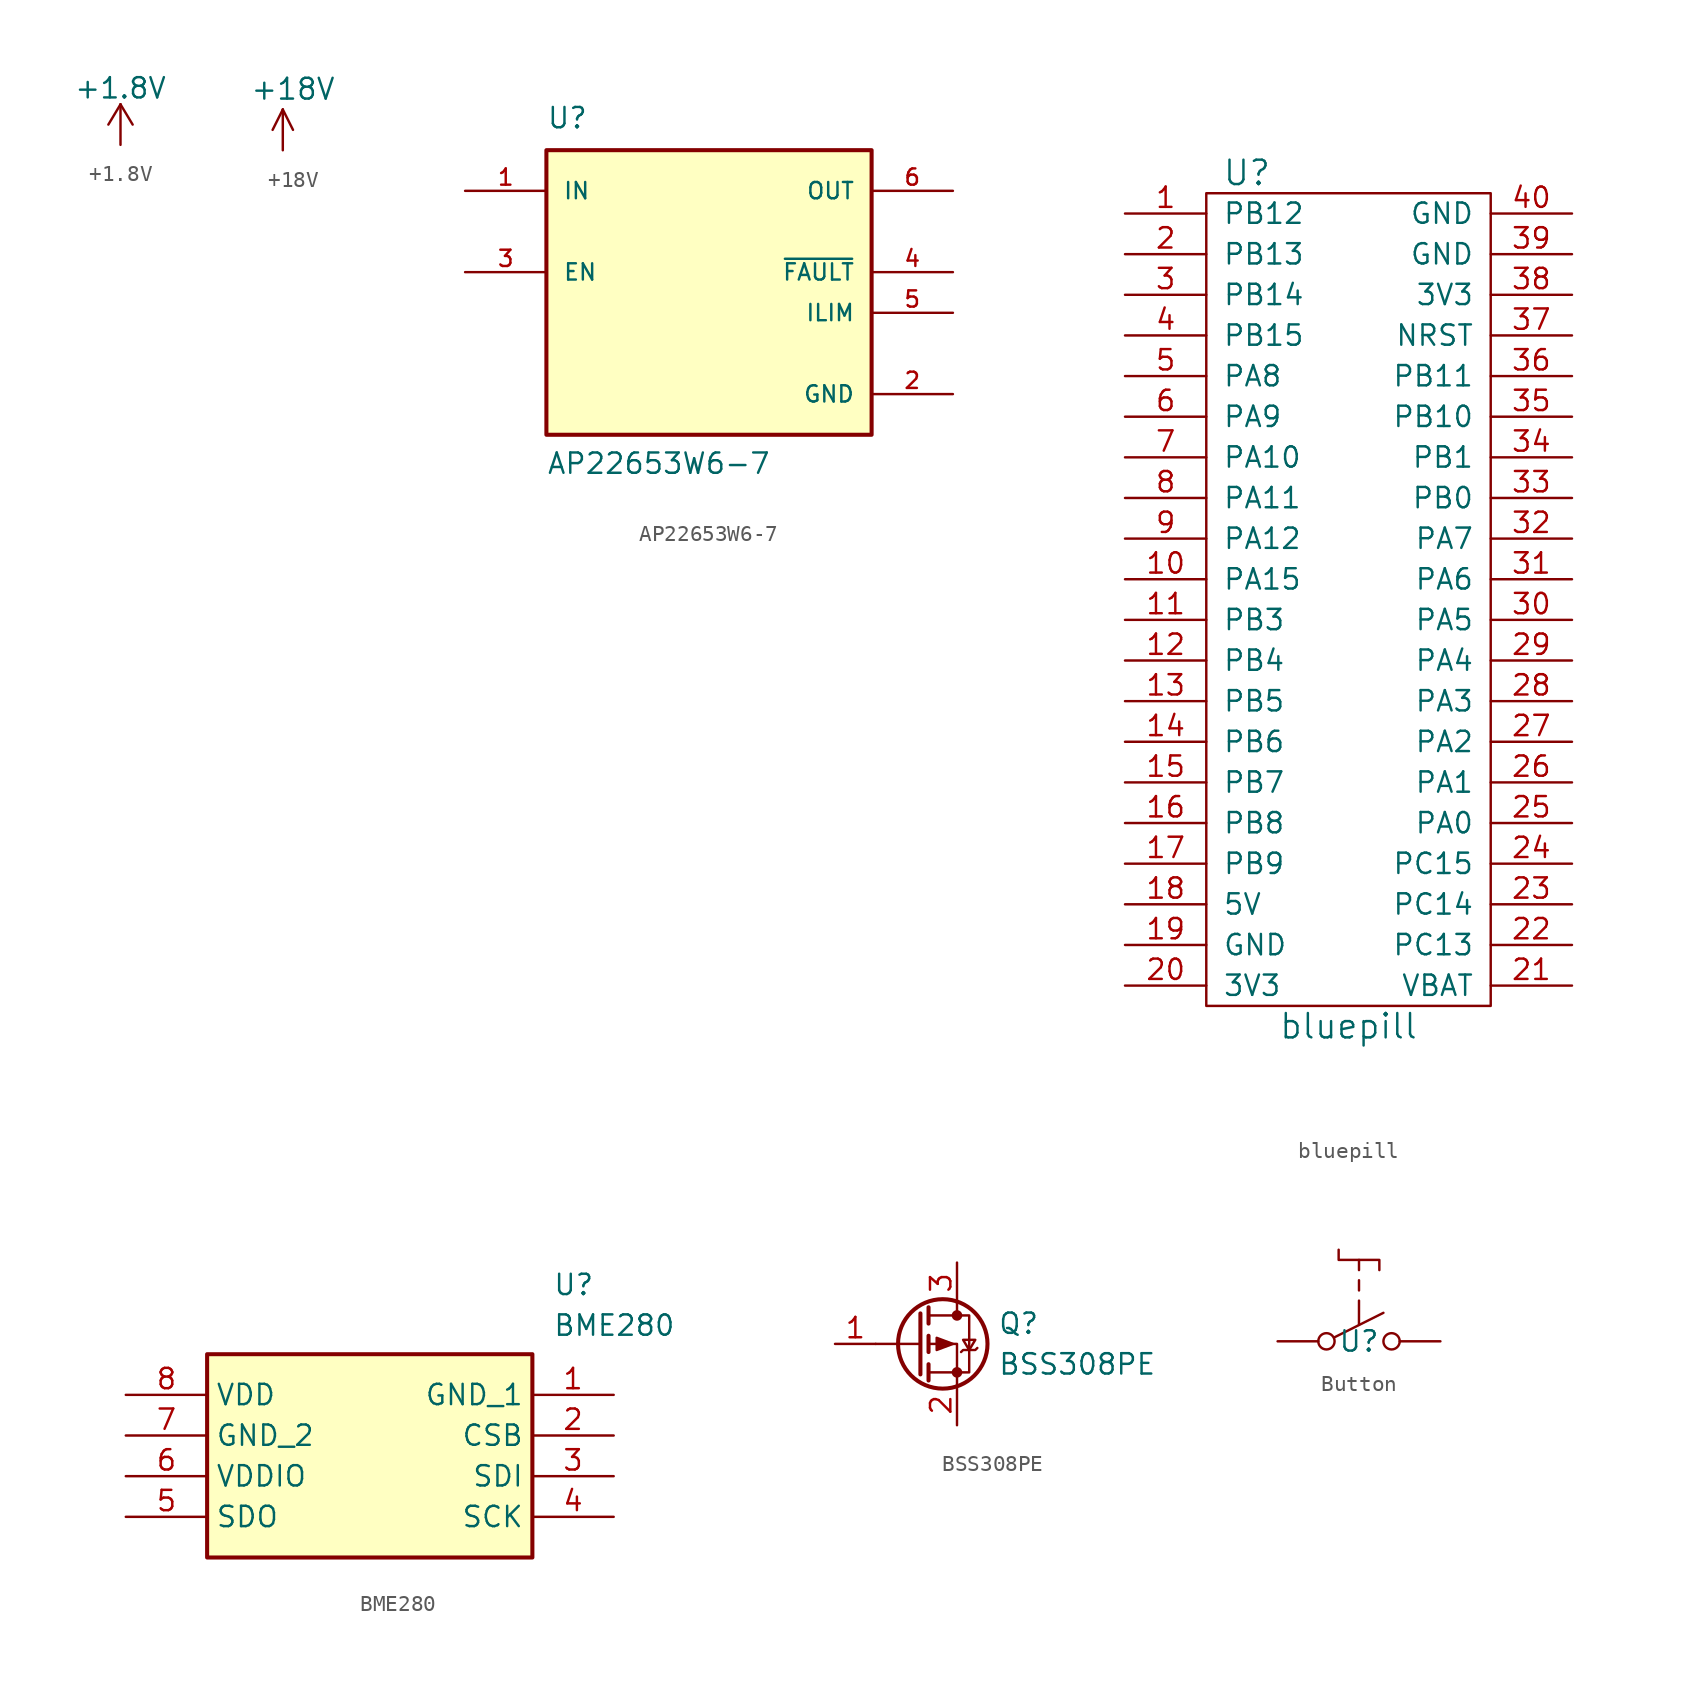
<source format=kicad_sym>
(kicad_symbol_lib
  (version 20231120)
  (generator "kicad_symbol_editor")
  (generator_version "8.0")
  (symbol "+1.8V"
    (power)
    (pin_names
      (offset 0))
    (property "Reference" "#PWR"
      (at 0 -3.81 0)
      (effects (font (size 1.27 1.27)) (hide yes)))
    (property "Value" "+1.8V"
      (at 0 3.556 0)
      (effects (font (size 1.27 1.27))))
    (symbol "+1.8V_0_1"
      (polyline (pts (xy -0.762 1.27) (xy 0 2.54)) (stroke (width 0) (type default)) (fill (type none)))
      (polyline (pts (xy 0 0) (xy 0 2.54)) (stroke (width 0) (type default)) (fill (type none)))
      (polyline (pts (xy 0 2.54) (xy 0.762 1.27)) (stroke (width 0) (type default)) (fill (type none))))
    (symbol "+1.8V_1_1"
      (pin power_in line (at 0 0 90) (length 0) hide (name "+1.8V" (effects (font (size 1.27 1.27)))) (number "1" (effects (font (size 1.27 1.27)))))))
  (symbol "+18V"
    (power)
    (pin_names
      (offset 1.016))
    (property "Reference" "PWR018"
      (at 8.255 -1.27 0)
      (effects (font (size 2.997 2.997)) (hide yes)))
    (property "Value" "+18V"
      (at 0.635 3.81 0)
      (effects (font (size 1.295 1.295))))
    (symbol "+18V_0_1"
      (polyline (pts (xy 0 2.54) (xy -0.635 1.27)) (stroke (width 0) (type default)) (fill (type none)))
      (polyline (pts (xy 0 2.54) (xy 0.635 1.27)) (stroke (width 0) (type default)) (fill (type none))))
    (symbol "+18V_1_1"
      (pin power_in line (at 0 0 90) (length 2.54) (name "~" (effects (font (size 1.27 1.27)))) (number "~" (effects (font (size 1.27 1.27)))))))
  (symbol "AP22653W6-7"
    (pin_names
      (offset 1.016))
    (property "Reference" "U"
      (at -10.16 8.89 0)
      (effects (font (size 1.27 1.27)) (justify left bottom)))
    (property "Value" "AP22653W6-7"
      (at -10.16 -12.7 0)
      (effects (font (size 1.27 1.27)) (justify left bottom)))
    (symbol "AP22653W6-7_0_0"
      (rectangle (start -10.16 -10.16) (end 10.16 7.62) (stroke (width 0.254) (type default)) (fill (type background)))
      (pin input line (at -15.24 5.08 0) (length 5.08) (name "IN" (effects (font (size 1.016 1.016)))) (number "1" (effects (font (size 1.016 1.016)))))
      (pin power_in line (at 15.24 -7.62 180) (length 5.08) (name "GND" (effects (font (size 1.016 1.016)))) (number "2" (effects (font (size 1.016 1.016)))))
      (pin input line (at -15.24 0 0) (length 5.08) (name "EN" (effects (font (size 1.016 1.016)))) (number "3" (effects (font (size 1.016 1.016)))))
      (pin output line (at 15.24 0 180) (length 5.08) (name "~{FAULT}" (effects (font (size 1.016 1.016)))) (number "4" (effects (font (size 1.016 1.016)))))
      (pin output line (at 15.24 -2.54 180) (length 5.08) (name "ILIM" (effects (font (size 1.016 1.016)))) (number "5" (effects (font (size 1.016 1.016)))))
      (pin output line (at 15.24 5.08 180) (length 5.08) (name "OUT" (effects (font (size 1.016 1.016)))) (number "6" (effects (font (size 1.016 1.016)))))))
  (symbol "bluepill"
    (pin_names
      (offset 1.016))
    (property "Reference" "U"
      (at -6.35 26.67 0)
      (effects (font (size 1.524 1.524))))
    (property "Value" "bluepill"
      (at 0 -26.67 0)
      (effects (font (size 1.524 1.524))))
    (symbol "bluepill_0_1"
      (rectangle (start -8.89 -25.4) (end 8.89 25.4) (stroke (width 0) (type default)) (fill (type none))))
    (symbol "bluepill_1_1"
      (pin bidirectional line (at -13.97 24.13 0) (length 5.08) (name "PB12" (effects (font (size 1.27 1.27)))) (number "1" (effects (font (size 1.27 1.27)))))
      (pin bidirectional line (at -13.97 1.27 0) (length 5.08) (name "PA15" (effects (font (size 1.27 1.27)))) (number "10" (effects (font (size 1.27 1.27)))))
      (pin bidirectional line (at -13.97 -1.27 0) (length 5.08) (name "PB3" (effects (font (size 1.27 1.27)))) (number "11" (effects (font (size 1.27 1.27)))))
      (pin bidirectional line (at -13.97 -3.81 0) (length 5.08) (name "PB4" (effects (font (size 1.27 1.27)))) (number "12" (effects (font (size 1.27 1.27)))))
      (pin bidirectional line (at -13.97 -6.35 0) (length 5.08) (name "PB5" (effects (font (size 1.27 1.27)))) (number "13" (effects (font (size 1.27 1.27)))))
      (pin bidirectional line (at -13.97 -8.89 0) (length 5.08) (name "PB6" (effects (font (size 1.27 1.27)))) (number "14" (effects (font (size 1.27 1.27)))))
      (pin bidirectional line (at -13.97 -11.43 0) (length 5.08) (name "PB7" (effects (font (size 1.27 1.27)))) (number "15" (effects (font (size 1.27 1.27)))))
      (pin bidirectional line (at -13.97 -13.97 0) (length 5.08) (name "PB8" (effects (font (size 1.27 1.27)))) (number "16" (effects (font (size 1.27 1.27)))))
      (pin bidirectional line (at -13.97 -16.51 0) (length 5.08) (name "PB9" (effects (font (size 1.27 1.27)))) (number "17" (effects (font (size 1.27 1.27)))))
      (pin power_in line (at -13.97 -19.05 0) (length 5.08) (name "5V" (effects (font (size 1.27 1.27)))) (number "18" (effects (font (size 1.27 1.27)))))
      (pin power_in line (at -13.97 -21.59 0) (length 5.08) (name "GND" (effects (font (size 1.27 1.27)))) (number "19" (effects (font (size 1.27 1.27)))))
      (pin bidirectional line (at -13.97 21.59 0) (length 5.08) (name "PB13" (effects (font (size 1.27 1.27)))) (number "2" (effects (font (size 1.27 1.27)))))
      (pin power_in line (at -13.97 -24.13 0) (length 5.08) (name "3V3" (effects (font (size 1.27 1.27)))) (number "20" (effects (font (size 1.27 1.27)))))
      (pin power_in line (at 13.97 -24.13 180) (length 5.08) (name "VBAT" (effects (font (size 1.27 1.27)))) (number "21" (effects (font (size 1.27 1.27)))))
      (pin bidirectional line (at 13.97 -21.59 180) (length 5.08) (name "PC13" (effects (font (size 1.27 1.27)))) (number "22" (effects (font (size 1.27 1.27)))))
      (pin bidirectional line (at 13.97 -19.05 180) (length 5.08) (name "PC14" (effects (font (size 1.27 1.27)))) (number "23" (effects (font (size 1.27 1.27)))))
      (pin bidirectional line (at 13.97 -16.51 180) (length 5.08) (name "PC15" (effects (font (size 1.27 1.27)))) (number "24" (effects (font (size 1.27 1.27)))))
      (pin bidirectional line (at 13.97 -13.97 180) (length 5.08) (name "PA0" (effects (font (size 1.27 1.27)))) (number "25" (effects (font (size 1.27 1.27)))))
      (pin bidirectional line (at 13.97 -11.43 180) (length 5.08) (name "PA1" (effects (font (size 1.27 1.27)))) (number "26" (effects (font (size 1.27 1.27)))))
      (pin bidirectional line (at 13.97 -8.89 180) (length 5.08) (name "PA2" (effects (font (size 1.27 1.27)))) (number "27" (effects (font (size 1.27 1.27)))))
      (pin bidirectional line (at 13.97 -6.35 180) (length 5.08) (name "PA3" (effects (font (size 1.27 1.27)))) (number "28" (effects (font (size 1.27 1.27)))))
      (pin bidirectional line (at 13.97 -3.81 180) (length 5.08) (name "PA4" (effects (font (size 1.27 1.27)))) (number "29" (effects (font (size 1.27 1.27)))))
      (pin bidirectional line (at -13.97 19.05 0) (length 5.08) (name "PB14" (effects (font (size 1.27 1.27)))) (number "3" (effects (font (size 1.27 1.27)))))
      (pin bidirectional line (at 13.97 -1.27 180) (length 5.08) (name "PA5" (effects (font (size 1.27 1.27)))) (number "30" (effects (font (size 1.27 1.27)))))
      (pin bidirectional line (at 13.97 1.27 180) (length 5.08) (name "PA6" (effects (font (size 1.27 1.27)))) (number "31" (effects (font (size 1.27 1.27)))))
      (pin bidirectional line (at 13.97 3.81 180) (length 5.08) (name "PA7" (effects (font (size 1.27 1.27)))) (number "32" (effects (font (size 1.27 1.27)))))
      (pin bidirectional line (at 13.97 6.35 180) (length 5.08) (name "PB0" (effects (font (size 1.27 1.27)))) (number "33" (effects (font (size 1.27 1.27)))))
      (pin bidirectional line (at 13.97 8.89 180) (length 5.08) (name "PB1" (effects (font (size 1.27 1.27)))) (number "34" (effects (font (size 1.27 1.27)))))
      (pin bidirectional line (at 13.97 11.43 180) (length 5.08) (name "PB10" (effects (font (size 1.27 1.27)))) (number "35" (effects (font (size 1.27 1.27)))))
      (pin bidirectional line (at 13.97 13.97 180) (length 5.08) (name "PB11" (effects (font (size 1.27 1.27)))) (number "36" (effects (font (size 1.27 1.27)))))
      (pin bidirectional line (at 13.97 16.51 180) (length 5.08) (name "NRST" (effects (font (size 1.27 1.27)))) (number "37" (effects (font (size 1.27 1.27)))))
      (pin power_in line (at 13.97 19.05 180) (length 5.08) (name "3V3" (effects (font (size 1.27 1.27)))) (number "38" (effects (font (size 1.27 1.27)))))
      (pin power_in line (at 13.97 21.59 180) (length 5.08) (name "GND" (effects (font (size 1.27 1.27)))) (number "39" (effects (font (size 1.27 1.27)))))
      (pin bidirectional line (at -13.97 16.51 0) (length 5.08) (name "PB15" (effects (font (size 1.27 1.27)))) (number "4" (effects (font (size 1.27 1.27)))))
      (pin power_in line (at 13.97 24.13 180) (length 5.08) (name "GND" (effects (font (size 1.27 1.27)))) (number "40" (effects (font (size 1.27 1.27)))))
      (pin bidirectional line (at -13.97 13.97 0) (length 5.08) (name "PA8" (effects (font (size 1.27 1.27)))) (number "5" (effects (font (size 1.27 1.27)))))
      (pin bidirectional line (at -13.97 11.43 0) (length 5.08) (name "PA9" (effects (font (size 1.27 1.27)))) (number "6" (effects (font (size 1.27 1.27)))))
      (pin bidirectional line (at -13.97 8.89 0) (length 5.08) (name "PA10" (effects (font (size 1.27 1.27)))) (number "7" (effects (font (size 1.27 1.27)))))
      (pin bidirectional line (at -13.97 6.35 0) (length 5.08) (name "PA11" (effects (font (size 1.27 1.27)))) (number "8" (effects (font (size 1.27 1.27)))))
      (pin bidirectional line (at -13.97 3.81 0) (length 5.08) (name "PA12" (effects (font (size 1.27 1.27)))) (number "9" (effects (font (size 1.27 1.27)))))))
  (symbol "BME280"
    (property "Reference" "U"
      (at 26.67 7.62 0)
      (effects (font (size 1.27 1.27)) (justify left top)))
    (property "Value" "BME280"
      (at 26.67 5.08 0)
      (effects (font (size 1.27 1.27)) (justify left top)))
    (symbol "BME280_1_1"
      (rectangle (start 5.08 2.54) (end 25.4 -10.16) (stroke (width 0.254) (type default)) (fill (type background)))
      (pin power_in line (at 30.48 0 180) (length 5.08) (name "GND_1" (effects (font (size 1.27 1.27)))) (number "1" (effects (font (size 1.27 1.27)))))
      (pin input line (at 30.48 -2.54 180) (length 5.08) (name "CSB" (effects (font (size 1.27 1.27)))) (number "2" (effects (font (size 1.27 1.27)))))
      (pin passive line (at 30.48 -5.08 180) (length 5.08) (name "SDI" (effects (font (size 1.27 1.27)))) (number "3" (effects (font (size 1.27 1.27)))))
      (pin passive line (at 30.48 -7.62 180) (length 5.08) (name "SCK" (effects (font (size 1.27 1.27)))) (number "4" (effects (font (size 1.27 1.27)))))
      (pin passive line (at 0 -7.62 0) (length 5.08) (name "SDO" (effects (font (size 1.27 1.27)))) (number "5" (effects (font (size 1.27 1.27)))))
      (pin power_in line (at 0 -5.08 0) (length 5.08) (name "VDDIO" (effects (font (size 1.27 1.27)))) (number "6" (effects (font (size 1.27 1.27)))))
      (pin power_in line (at 0 -2.54 0) (length 5.08) (name "GND_2" (effects (font (size 1.27 1.27)))) (number "7" (effects (font (size 1.27 1.27)))))
      (pin power_in line (at 0 0 0) (length 5.08) (name "VDD" (effects (font (size 1.27 1.27)))) (number "8" (effects (font (size 1.27 1.27)))))))
  (symbol "BSS308PE"
    (pin_names
      (offset 0) hide)
    (property "Reference" "Q"
      (at 5.08 1.27 0)
      (effects (font (size 1.27 1.27)) (justify left)))
    (property "Value" "BSS308PE"
      (at 5.08 -1.27 0)
      (effects (font (size 1.27 1.27)) (justify left)))
    (symbol "BSS308PE_0_1"
      (polyline (pts (xy 0.254 0) (xy -2.54 0)) (stroke (width 0) (type default)) (fill (type none)))
      (polyline (pts (xy 0.254 1.905) (xy 0.254 -1.905)) (stroke (width 0.254) (type default)) (fill (type none)))
      (polyline (pts (xy 0.762 -1.27) (xy 0.762 -2.286)) (stroke (width 0.254) (type default)) (fill (type none)))
      (polyline (pts (xy 0.762 0.508) (xy 0.762 -0.508)) (stroke (width 0.254) (type default)) (fill (type none)))
      (polyline (pts (xy 0.762 2.286) (xy 0.762 1.27)) (stroke (width 0.254) (type default)) (fill (type none)))
      (polyline (pts (xy 2.54 2.54) (xy 2.54 1.778)) (stroke (width 0) (type default)) (fill (type none)))
      (polyline (pts (xy 2.54 -2.54) (xy 2.54 0) (xy 0.762 0)) (stroke (width 0) (type default)) (fill (type none)))
      (polyline (pts (xy 0.762 1.778) (xy 3.302 1.778) (xy 3.302 -1.778) (xy 0.762 -1.778)) (stroke (width 0) (type default)) (fill (type none)))
      (polyline (pts (xy 2.286 0) (xy 1.27 0.381) (xy 1.27 -0.381) (xy 2.286 0)) (stroke (width 0) (type default)) (fill (type outline)))
      (polyline (pts (xy 2.794 -0.508) (xy 2.921 -0.381) (xy 3.683 -0.381) (xy 3.81 -0.254)) (stroke (width 0) (type default)) (fill (type none)))
      (polyline (pts (xy 3.302 -0.381) (xy 2.921 0.254) (xy 3.683 0.254) (xy 3.302 -0.381)) (stroke (width 0) (type default)) (fill (type none)))
      (circle (center 1.651 0) (radius 2.794) (stroke (width 0.254) (type default)) (fill (type none)))
      (circle (center 2.54 -1.778) (radius 0.254) (stroke (width 0) (type default)) (fill (type outline)))
      (circle (center 2.54 1.778) (radius 0.254) (stroke (width 0) (type default)) (fill (type outline))))
    (symbol "BSS308PE_1_1"
      (pin input line (at -5.08 0 0) (length 2.54) (name "G" (effects (font (size 1.27 1.27)))) (number "1" (effects (font (size 1.27 1.27)))))
      (pin passive line (at 2.54 -5.08 90) (length 2.54) (name "S" (effects (font (size 1.27 1.27)))) (number "2" (effects (font (size 1.27 1.27)))))
      (pin passive line (at 2.54 5.08 270) (length 2.54) (name "D" (effects (font (size 1.27 1.27)))) (number "3" (effects (font (size 1.27 1.27)))))))
  (symbol "Button"
    (property "Reference" "U"
      (at 0 0 0)
      (effects (font (size 1.27 1.27))))
    (property "Value" ""
      (at 0 0 0)
      (effects (font (size 1.27 1.27))))
    (symbol "Button_0_0"
      (circle (center -2.032 0) (radius 0.508) (stroke (width 0) (type default)) (fill (type none)))
      (polyline (pts (xy -1.524 0.254) (xy 1.524 1.778)) (stroke (width 0) (type default)) (fill (type none)))
      (circle (center 2.032 0) (radius 0.508) (stroke (width 0) (type default)) (fill (type none))))
    (symbol "Button_0_1"
      (polyline (pts (xy -0.002 1.035) (xy 0 2.54)) (stroke (width 0) (type default)) (fill (type none)))
      (polyline (pts (xy 0 3.81) (xy 0 3.175)) (stroke (width 0) (type default)) (fill (type none)))
      (polyline (pts (xy 0 5.08) (xy 1.27 5.08) (xy 1.27 4.445)) (stroke (width 0) (type default)) (fill (type none)))
      (polyline (pts (xy 0 4.445) (xy 0 4.445) (xy 0 4.445) (xy 0 5.08) (xy -1.27 5.08) (xy -1.27 5.715)) (stroke (width 0) (type default)) (fill (type none))))
    (symbol "Button_1_1"
      (pin passive line (at -5.08 0 0) (length 2.54) (name "" (effects (font (size 1.27 1.27)))) (number "" (effects (font (size 1.27 1.27)))))
      (pin passive line (at 5.08 0 180) (length 2.54) (name "" (effects (font (size 1.27 1.27)))) (number "" (effects (font (size 1.27 1.27))))))))
</source>
